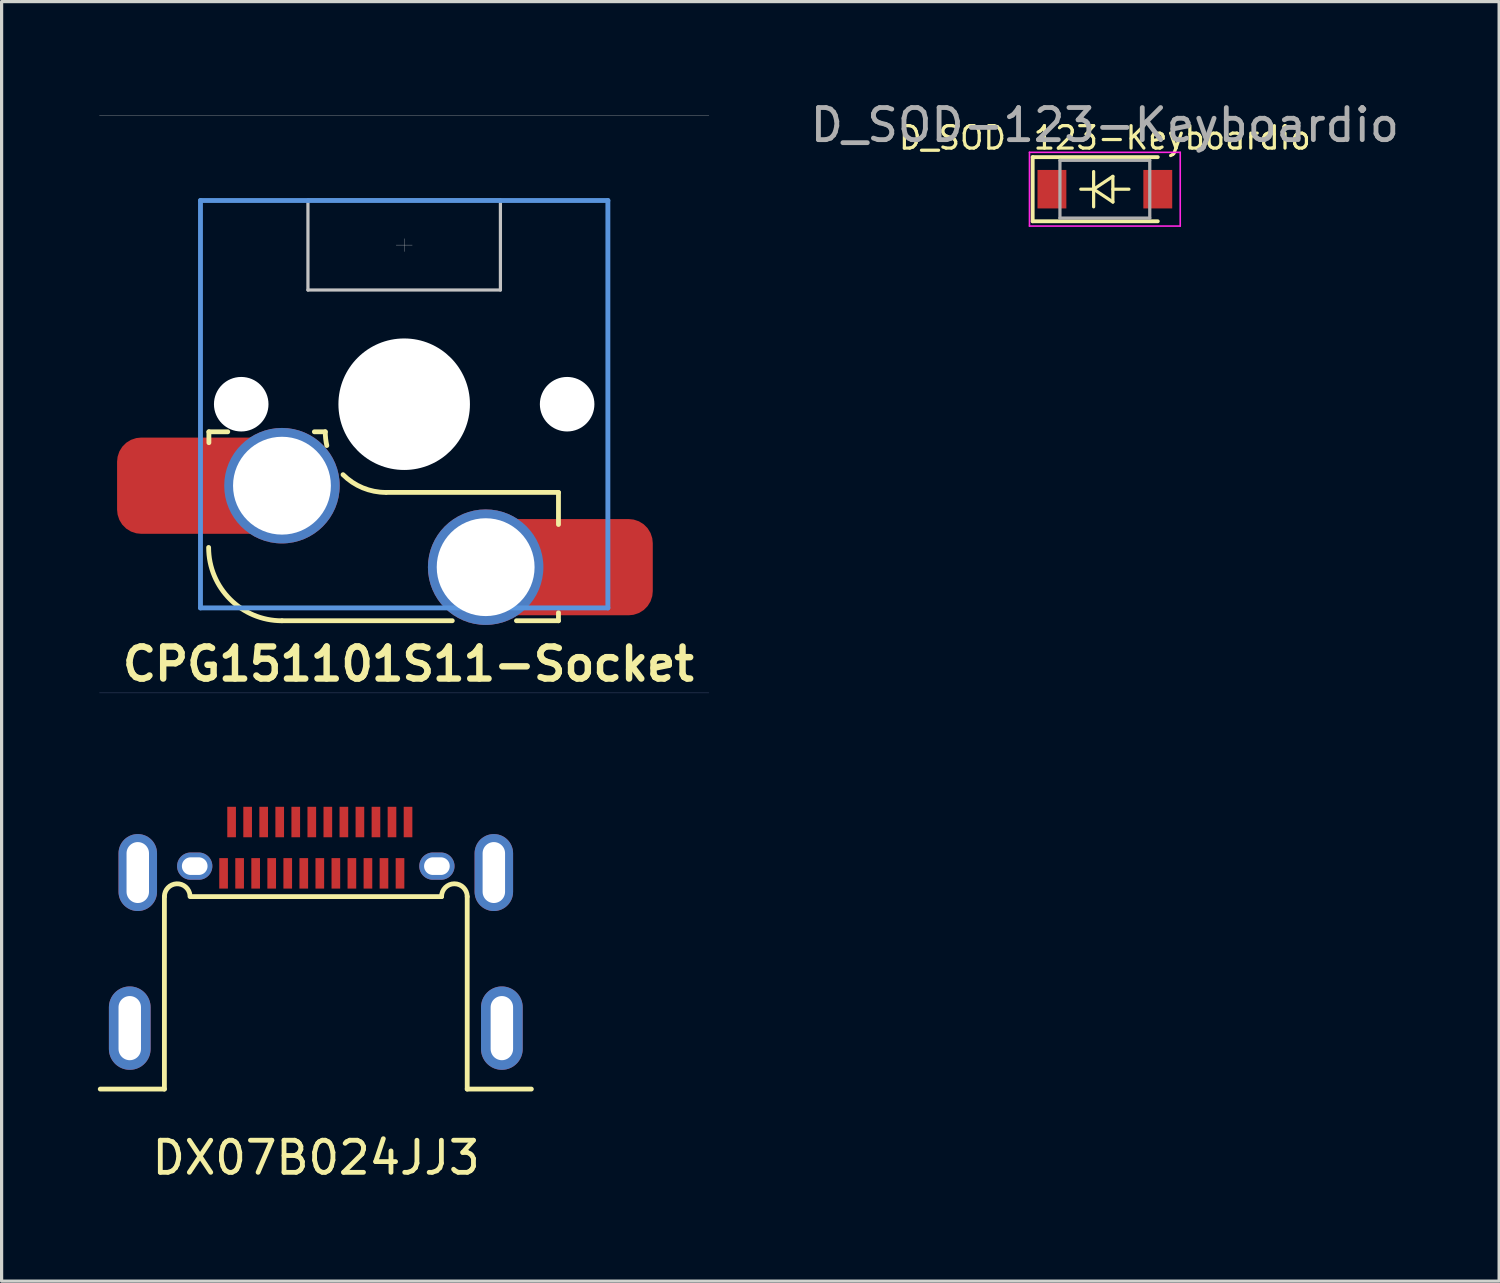
<source format=kicad_pcb>
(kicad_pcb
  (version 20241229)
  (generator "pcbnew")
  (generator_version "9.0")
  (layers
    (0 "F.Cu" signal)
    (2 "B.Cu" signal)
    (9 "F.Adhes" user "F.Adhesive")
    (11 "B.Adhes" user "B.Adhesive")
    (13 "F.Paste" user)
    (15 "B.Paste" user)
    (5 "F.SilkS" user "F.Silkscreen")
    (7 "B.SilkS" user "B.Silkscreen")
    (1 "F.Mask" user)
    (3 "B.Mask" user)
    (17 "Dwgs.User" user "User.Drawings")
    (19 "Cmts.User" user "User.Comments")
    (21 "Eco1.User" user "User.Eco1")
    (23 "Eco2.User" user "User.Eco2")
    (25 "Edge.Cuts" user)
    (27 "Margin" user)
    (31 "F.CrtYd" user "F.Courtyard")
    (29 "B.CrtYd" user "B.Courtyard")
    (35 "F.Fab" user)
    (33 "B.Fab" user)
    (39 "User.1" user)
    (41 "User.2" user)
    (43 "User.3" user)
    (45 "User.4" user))
  (footprint "CPG151101S11-Socket"
    (layer "F.Cu")
    (at 8.915 13.361)
    (property "Reference" "CPG151101S11-Socket" (at 0.765 4.29 180) (layer "F.SilkS") (effects (font (size 1 1) (thickness 0.2))))
    (attr smd)
    (fp_line (start -5.453 -2.95) (end -4.865 -2.95) (stroke (width 0.15) (type solid)) (layer "F.SilkS"))
    (fp_line (start -5.453 -2.61) (end -5.453 -2.95) (stroke (width 0.15) (type solid)) (layer "F.SilkS"))
    (fp_line (start -2.165 -2.95) (end -1.825 -2.95) (stroke (width 0.15) (type solid)) (layer "F.SilkS"))
    (fp_line (start 2.135 2.94) (end -3.175 2.94) (stroke (width 0.15) (type solid)) (layer "F.SilkS"))
    (fp_line (start 5.445 -1.06) (end 0.085 -1.06) (stroke (width 0.15) (type solid)) (layer "F.SilkS"))
    (fp_line (start 5.445 -0.06) (end 5.445 -1.06) (stroke (width 0.15) (type solid)) (layer "F.SilkS"))
    (fp_line (start 5.445 2.94) (end 4.135 2.94) (stroke (width 0.15) (type solid)) (layer "F.SilkS"))
    (fp_line (start 5.445 2.94) (end 5.445 2.69) (stroke (width 0.15) (type solid)) (layer "F.SilkS"))
    (fp_arc (start -3.175 2.941) (mid -4.791446 2.271446) (end -5.461 0.655) (stroke (width 0.15) (type solid)) (layer "F.SilkS"))
    (fp_arc (start -1.777003 -2.521281) (mid -1.81296 -2.734302) (end -1.825 -2.95) (stroke (width 0.15) (type solid)) (layer "F.SilkS"))
    (fp_arc (start 0.065 -1.06) (mid -0.658272 -1.203868) (end -1.271432 -1.613568) (stroke (width 0.15) (type solid)) (layer "F.SilkS"))
    (fp_line (start -8.915 -3.81) (end -8.865 -3.91) (stroke (width 0.001) (type solid)) (layer "Dwgs.User"))
    (fp_line (start -8.915 -3.81) (end -8.865 -3.71) (stroke (width 0.001) (type solid)) (layer "Dwgs.User"))
    (fp_line (start -8.865 -13.31) (end 10.135 -13.31) (stroke (width 0.001) (type solid)) (layer "Dwgs.User"))
    (fp_line (start -8.865 -3.81) (end -8.915 -3.81) (stroke (width 0.001) (type solid)) (layer "Dwgs.User"))
    (fp_line (start -8.865 5.69) (end -8.865 -13.31) (stroke (width 0.001) (type solid)) (layer "Dwgs.User"))
    (fp_line (start -2.365 -10.17) (end 3.635 -10.17) (stroke (width 0.1) (type solid)) (layer "Dwgs.User"))
    (fp_line (start -2.365 -7.37) (end -2.365 -10.17) (stroke (width 0.1) (type solid)) (layer "Dwgs.User"))
    (fp_line (start 0.635 -13.36) (end 0.535 -13.31) (stroke (width 0.001) (type solid)) (layer "Dwgs.User"))
    (fp_line (start 0.635 -13.36) (end 0.735 -13.31) (stroke (width 0.001) (type solid)) (layer "Dwgs.User"))
    (fp_line (start 0.635 -13.31) (end 0.635 -13.36) (stroke (width 0.001) (type solid)) (layer "Dwgs.User"))
    (fp_line (start 0.635 -8.97) (end 0.635 -8.57) (stroke (width 0.01) (type solid)) (layer "Dwgs.User"))
    (fp_line (start 0.635 5.69) (end 0.635 5.74) (stroke (width 0.001) (type solid)) (layer "Dwgs.User"))
    (fp_line (start 0.635 5.74) (end 0.535 5.69) (stroke (width 0.001) (type solid)) (layer "Dwgs.User"))
    (fp_line (start 0.635 5.74) (end 0.735 5.69) (stroke (width 0.001) (type solid)) (layer "Dwgs.User"))
    (fp_line (start 0.885 -8.77) (end 0.385 -8.77) (stroke (width 0.01) (type solid)) (layer "Dwgs.User"))
    (fp_line (start 3.635 -7.37) (end -2.365 -7.37) (stroke (width 0.1) (type solid)) (layer "Dwgs.User"))
    (fp_line (start 3.635 -7.37) (end 3.635 -10.17) (stroke (width 0.1) (type solid)) (layer "Dwgs.User"))
    (fp_line (start 10.135 -13.31) (end 10.135 5.69) (stroke (width 0.001) (type solid)) (layer "Dwgs.User"))
    (fp_line (start 10.135 -3.81) (end 10.185 -3.81) (stroke (width 0.001) (type solid)) (layer "Dwgs.User"))
    (fp_line (start 10.135 5.69) (end -8.865 5.69) (stroke (width 0.001) (type solid)) (layer "Dwgs.User"))
    (fp_line (start 10.185 -3.81) (end 10.135 -3.91) (stroke (width 0.001) (type solid)) (layer "Dwgs.User"))
    (fp_line (start 10.185 -3.81) (end 10.135 -3.71) (stroke (width 0.001) (type solid)) (layer "Dwgs.User"))
    (fp_line (start -5.715 -10.16) (end 6.985 -10.16) (stroke (width 0.152) (type solid)) (layer "Cmts.User"))
    (fp_line (start -5.715 2.54) (end -5.715 -10.16) (stroke (width 0.152) (type solid)) (layer "Cmts.User"))
    (fp_line (start -0.365 -3.81) (end 1.635 -3.81) (stroke (width 0.001) (type solid)) (layer "Cmts.User"))
    (fp_line (start 0.635 -4.81) (end 0.635 -2.81) (stroke (width 0.001) (type solid)) (layer "Cmts.User"))
    (fp_line (start 6.985 -10.16) (end 6.985 2.54) (stroke (width 0.152) (type solid)) (layer "Cmts.User"))
    (fp_line (start 6.985 2.54) (end -5.715 2.54) (stroke (width 0.152) (type solid)) (layer "Cmts.User"))
    (fp_line (start -7.165 -10.795) (end 8.435 -10.795) (stroke (width 0.152) (type solid)) (layer "Eco1.User"))
    (fp_line (start -7.165 3.175) (end -7.165 -10.795) (stroke (width 0.152) (type solid)) (layer "Eco1.User"))
    (fp_line (start 8.435 -10.795) (end 8.435 3.175) (stroke (width 0.152) (type solid)) (layer "Eco1.User"))
    (fp_line (start 8.435 3.175) (end -7.165 3.175) (stroke (width 0.152) (type solid)) (layer "Eco1.User"))
    (fp_line (start -6.365 -10.81) (end 7.635 -10.81) (stroke (width 0.01) (type solid)) (layer "Eco2.User"))
    (fp_line (start -6.365 3.19) (end -6.365 -10.81) (stroke (width 0.01) (type solid)) (layer "Eco2.User"))
    (fp_line (start 7.635 -10.81) (end 7.635 3.19) (stroke (width 0.01) (type solid)) (layer "Eco2.User"))
    (fp_line (start 7.635 3.19) (end -6.365 3.19) (stroke (width 0.01) (type solid)) (layer "Eco2.User"))
    (fp_line (start 10.135 5.19) (end -8.865 5.19) (stroke (width 0.01) (type solid)) (layer "B.Fab"))
    (fp_line (start 10.135 -12.81) (end -8.865 -12.81) (stroke (width 0.01) (type solid)) (layer "F.Fab"))
    (pad "" np_thru_hole circle (at -4.445 -3.81 180) (size 1.7 1.7) (drill 1.7) (layers "*.Cu" "*.Mask"))
    (pad "" np_thru_hole circle (at 0.635 -3.81 180) (size 4.1 4.1) (drill 4.1) (layers "*.Cu" "*.Mask"))
    (pad "" np_thru_hole circle (at 5.715 -3.81 180) (size 1.7 1.7) (drill 1.7) (layers "*.Cu" "*.Mask"))
    (pad "1" thru_hole circle (at 3.175 1.27 180) (size 3.6 3.6) (drill 3.05) (layers "*.Cu" "F.Mask"))
    (pad "1" smd roundrect (at 5.635 1.27 180) (size 5.5 3) (layers "F.Cu") (roundrect_rratio 0.25))
    (pad "1" smd roundrect (at 6.76 1.27 180) (size 2.55 2.5) (layers "F.Cu" "F.Mask" "F.Paste") (roundrect_rratio 0.25))
    (pad "2" smd roundrect (at -6.69 -1.27 180) (size 2.55 2.5) (layers "F.Cu" "F.Mask" "F.Paste") (roundrect_rratio 0.25))
    (pad "2" smd roundrect (at -5.565 -1.27 180) (size 5.5 3) (layers "F.Cu") (roundrect_rratio 0.25))
    (pad "2" thru_hole circle (at -3.175 -1.27 180) (size 3.6 3.6) (drill 3.05) (layers "*.Cu" "F.Mask")))
  (footprint "D_SOD-123-Keyboardio"
    (layer "F.Cu")
    (at 31.393 2.848)
    (property "Reference" "D_SOD-123-Keyboardio" (at 0 -1.6 0) (layer "F.SilkS") (effects (font (size 0.7 0.7) (thickness 0.1))))
    (attr smd)
    (fp_line (start -2.25 -1) (end -2.25 1) (stroke (width 0.12) (type solid)) (layer "F.SilkS"))
    (fp_line (start -2.25 -1) (end 1.65 -1) (stroke (width 0.12) (type solid)) (layer "F.SilkS"))
    (fp_line (start -2.25 1) (end 1.65 1) (stroke (width 0.12) (type solid)) (layer "F.SilkS"))
    (fp_line (start -0.75 0) (end -0.35 0) (stroke (width 0.1) (type solid)) (layer "F.SilkS"))
    (fp_line (start -0.35 0) (end -0.35 -0.55) (stroke (width 0.1) (type solid)) (layer "F.SilkS"))
    (fp_line (start -0.35 0) (end -0.35 0.55) (stroke (width 0.1) (type solid)) (layer "F.SilkS"))
    (fp_line (start -0.35 0) (end 0.25 -0.4) (stroke (width 0.1) (type solid)) (layer "F.SilkS"))
    (fp_line (start 0.25 -0.4) (end 0.25 0.4) (stroke (width 0.1) (type solid)) (layer "F.SilkS"))
    (fp_line (start 0.25 0) (end 0.75 0) (stroke (width 0.1) (type solid)) (layer "F.SilkS"))
    (fp_line (start 0.25 0.4) (end -0.35 0) (stroke (width 0.1) (type solid)) (layer "F.SilkS"))
    (fp_line (start -2.35 -1.15) (end -2.35 1.15) (stroke (width 0.05) (type solid)) (layer "F.CrtYd"))
    (fp_line (start -2.35 -1.15) (end 2.35 -1.15) (stroke (width 0.05) (type solid)) (layer "F.CrtYd"))
    (fp_line (start 2.35 -1.15) (end 2.35 1.15) (stroke (width 0.05) (type solid)) (layer "F.CrtYd"))
    (fp_line (start 2.35 1.15) (end -2.35 1.15) (stroke (width 0.05) (type solid)) (layer "F.CrtYd"))
    (fp_line (start -1.4 -0.9) (end 1.4 -0.9) (stroke (width 0.1) (type solid)) (layer "F.Fab"))
    (fp_line (start -1.4 0.9) (end -1.4 -0.9) (stroke (width 0.1) (type solid)) (layer "F.Fab"))
    (fp_line (start 1.4 -0.9) (end 1.4 0.9) (stroke (width 0.1) (type solid)) (layer "F.Fab"))
    (fp_line (start 1.4 0.9) (end -1.4 0.9) (stroke (width 0.1) (type solid)) (layer "F.Fab"))
    (fp_text user "${REFERENCE}" (at 0 -2 0) (layer "F.Fab") (effects (font (size 1 1) (thickness 0.15))))
    (pad "1" smd rect (at -1.65 0) (size 0.9 1.2) (layers "F.Cu" "F.Mask" "F.Paste"))
    (pad "2" smd rect (at 1.65 0) (size 0.9 1.2) (layers "F.Cu" "F.Mask" "F.Paste")))
  (footprint "DX07B024JJ3"
    (layer "F.Cu")
    (at 6.795 24.151)
    (property "Reference" "DX07B024JJ3" (at 0.01 8.89 0) (layer "F.SilkS") (effects (font (size 1 1) (thickness 0.15))))
    (attr through_hole)
    (fp_line (start -4.72 0.75) (end -4.72 6.75) (stroke (width 0.15) (type solid)) (layer "F.SilkS"))
    (fp_line (start -4.72 6.75) (end -6.72 6.75) (stroke (width 0.15) (type solid)) (layer "F.SilkS"))
    (fp_line (start -3.92 0.75) (end 3.92 0.75) (stroke (width 0.15) (type solid)) (layer "F.SilkS"))
    (fp_line (start 4.72 0.75) (end 4.72 6.75) (stroke (width 0.15) (type solid)) (layer "F.SilkS"))
    (fp_line (start 4.72 6.75) (end 6.72 6.75) (stroke (width 0.15) (type solid)) (layer "F.SilkS"))
    (fp_arc (start -4.72 0.75) (mid -4.338842 0.350444) (end -3.921775 0.712357) (stroke (width 0.15) (type solid)) (layer "F.SilkS"))
    (fp_arc (start 3.92 0.75) (mid 4.32 0.35) (end 4.72 0.75) (stroke (width 0.15) (type solid)) (layer "F.SilkS"))
    (pad "A1" smd rect (at -2.625 -1.575) (size 0.27 0.95) (layers "F.Cu" "F.Mask" "F.Paste"))
    (pad "A2" smd rect (at -2.125 -1.575) (size 0.27 0.95) (layers "F.Cu" "F.Mask" "F.Paste"))
    (pad "A3" smd rect (at -1.625 -1.575) (size 0.27 0.95) (layers "F.Cu" "F.Mask" "F.Paste"))
    (pad "A4" smd rect (at -1.125 -1.575) (size 0.27 0.95) (layers "F.Cu" "F.Mask" "F.Paste"))
    (pad "A5" smd rect (at -0.625 -1.575) (size 0.27 0.95) (layers "F.Cu" "F.Mask" "F.Paste"))
    (pad "A6" smd rect (at -0.125 -1.575) (size 0.27 0.95) (layers "F.Cu" "F.Mask" "F.Paste"))
    (pad "A7" smd rect (at 0.375 -1.575) (size 0.27 0.95) (layers "F.Cu" "F.Mask" "F.Paste"))
    (pad "A8" smd rect (at 0.875 -1.575) (size 0.27 0.95) (layers "F.Cu" "F.Mask" "F.Paste"))
    (pad "A9" smd rect (at 1.375 -1.575) (size 0.27 0.95) (layers "F.Cu" "F.Mask" "F.Paste"))
    (pad "A10" smd rect (at 1.875 -1.575) (size 0.27 0.95) (layers "F.Cu" "F.Mask" "F.Paste"))
    (pad "A11" smd rect (at 2.375 -1.575) (size 0.27 0.95) (layers "F.Cu" "F.Mask" "F.Paste"))
    (pad "A12" smd rect (at 2.875 -1.575) (size 0.27 0.95) (layers "F.Cu" "F.Mask" "F.Paste"))
    (pad "B1" smd rect (at 2.625 0.025) (size 0.27 0.95) (layers "F.Cu" "F.Mask" "F.Paste"))
    (pad "B2" smd rect (at 2.125 0.025) (size 0.27 0.95) (layers "F.Cu" "F.Mask" "F.Paste"))
    (pad "B3" smd rect (at 1.625 0.025) (size 0.27 0.95) (layers "F.Cu" "F.Mask" "F.Paste"))
    (pad "B4" smd rect (at 1.125 0.025) (size 0.27 0.95) (layers "F.Cu" "F.Mask" "F.Paste"))
    (pad "B5" smd rect (at 0.625 0.025) (size 0.27 0.95) (layers "F.Cu" "F.Mask" "F.Paste"))
    (pad "B6" smd rect (at 0.125 0.025) (size 0.27 0.95) (layers "F.Cu" "F.Mask" "F.Paste"))
    (pad "B7" smd rect (at -0.375 0.025) (size 0.27 0.95) (layers "F.Cu" "F.Mask" "F.Paste"))
    (pad "B8" smd rect (at -0.875 0.025) (size 0.27 0.95) (layers "F.Cu" "F.Mask" "F.Paste"))
    (pad "B9" smd rect (at -1.375 0.025) (size 0.27 0.95) (layers "F.Cu" "F.Mask" "F.Paste"))
    (pad "B10" smd rect (at -1.875 0.025) (size 0.27 0.95) (layers "F.Cu" "F.Mask" "F.Paste"))
    (pad "B11" smd rect (at -2.375 0.025) (size 0.27 0.95) (layers "F.Cu" "F.Mask" "F.Paste"))
    (pad "B12" smd rect (at -2.875 0.025) (size 0.27 0.95) (layers "F.Cu" "F.Mask" "F.Paste"))
    (pad "S1" thru_hole oval (at -5.8 4.85) (size 1.3 2.6) (drill oval 0.7 2) (layers "*.Cu" "*.Mask"))
    (pad "S1" thru_hole oval (at -5.55 0) (size 1.2 2.4) (drill oval 0.7 1.9) (layers "*.Cu" "*.Mask"))
    (pad "S1" thru_hole oval (at -3.775 -0.2) (size 1.1 0.85) (drill oval 0.8 0.55) (layers "*.Cu" "*.Mask"))
    (pad "S1" thru_hole oval (at 3.775 -0.2) (size 1.1 0.85) (drill oval 0.8 0.55) (layers "*.Cu" "*.Mask"))
    (pad "S1" thru_hole oval (at 5.55 0) (size 1.2 2.4) (drill oval 0.7 1.9) (layers "*.Cu" "*.Mask"))
    (pad "S1" thru_hole oval (at 5.8 4.85) (size 1.3 2.6) (drill oval 0.7 2) (layers "*.Cu" "*.Mask")))
  (gr_rect
    (start -3 -3)
    (end 43.684 36.889)
    (stroke (width 0.1) (type default))
    (fill no)
    (layer "Edge.Cuts")))
</source>
